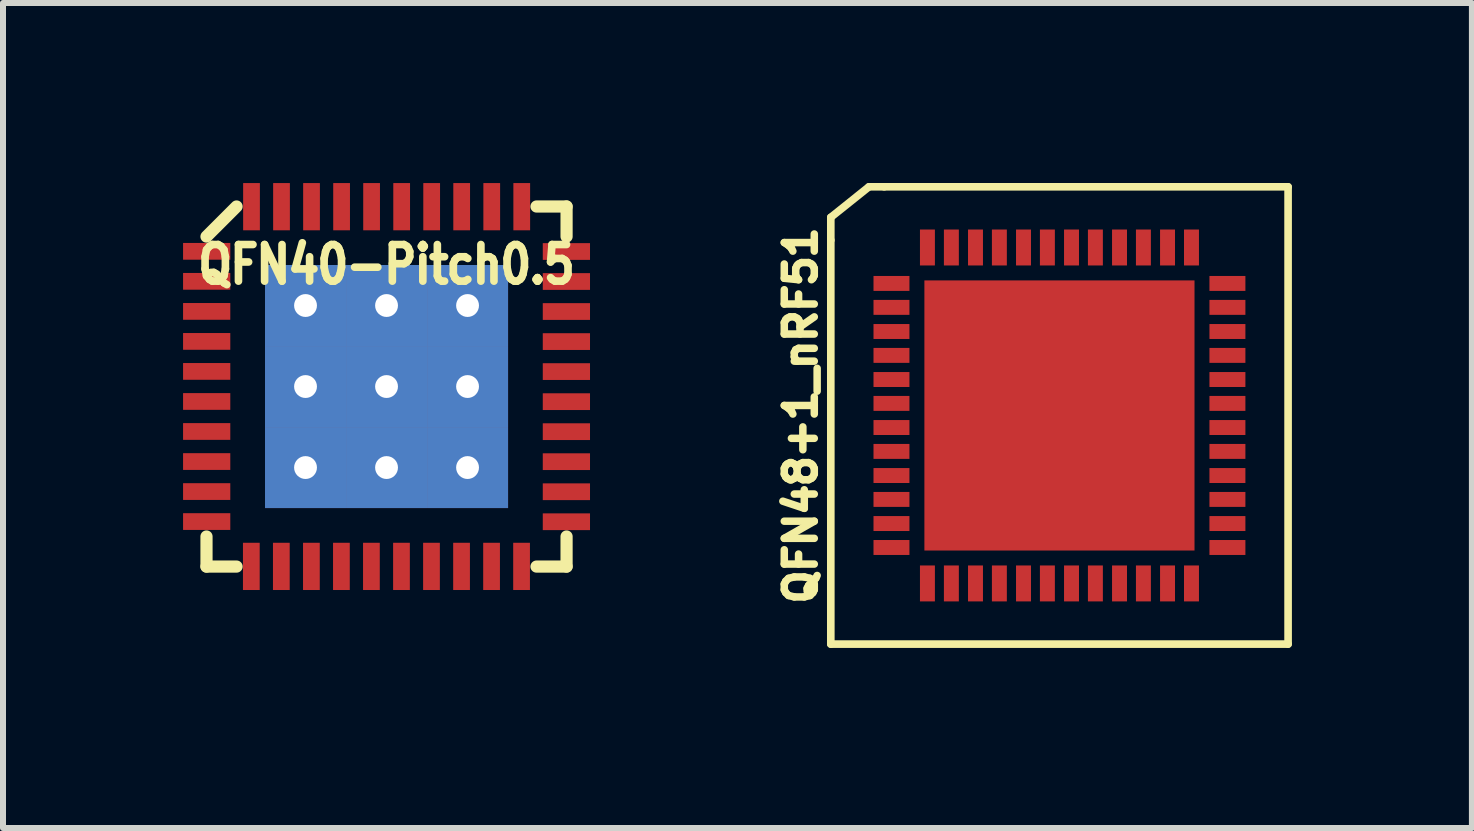
<source format=kicad_pcb>
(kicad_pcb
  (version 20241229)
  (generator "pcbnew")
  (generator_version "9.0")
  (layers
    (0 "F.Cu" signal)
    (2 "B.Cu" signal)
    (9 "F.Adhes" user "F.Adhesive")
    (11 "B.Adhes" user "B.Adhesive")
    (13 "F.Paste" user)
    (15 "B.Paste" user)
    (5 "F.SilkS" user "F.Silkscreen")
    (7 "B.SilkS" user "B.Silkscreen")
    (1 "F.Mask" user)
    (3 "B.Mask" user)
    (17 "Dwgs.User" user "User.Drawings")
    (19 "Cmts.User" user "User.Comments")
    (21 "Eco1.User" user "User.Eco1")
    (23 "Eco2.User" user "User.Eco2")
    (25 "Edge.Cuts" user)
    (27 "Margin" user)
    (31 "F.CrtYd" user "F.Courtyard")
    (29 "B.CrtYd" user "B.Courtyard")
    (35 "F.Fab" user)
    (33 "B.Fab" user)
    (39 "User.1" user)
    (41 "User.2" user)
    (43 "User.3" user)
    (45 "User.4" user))
  (footprint "QFN40-Pitch0.5"
    (layer "F.Cu")
    (at 3.391 3.391)
    (property "Reference" "QFN40-Pitch0.5" (at 0 -2.032 0) (layer "F.SilkS") (effects (font (size 0.61 0.508) (thickness 0.178))))
    (attr smd)
    (fp_line (start -3 -2.499) (end -2.499 -3) (stroke (width 0.203) (type solid)) (layer "F.SilkS"))
    (fp_line (start -3 3) (end -3 2.499) (stroke (width 0.203) (type solid)) (layer "F.SilkS"))
    (fp_line (start -2.499 3) (end -3 3) (stroke (width 0.203) (type solid)) (layer "F.SilkS"))
    (fp_line (start 2.499 3) (end 3 3) (stroke (width 0.203) (type solid)) (layer "F.SilkS"))
    (fp_line (start 3 -3) (end 2.499 -3) (stroke (width 0.203) (type solid)) (layer "F.SilkS"))
    (fp_line (start 3 -2.499) (end 3 -3) (stroke (width 0.203) (type solid)) (layer "F.SilkS"))
    (fp_line (start 3 3) (end 3 2.499) (stroke (width 0.203) (type solid)) (layer "F.SilkS"))
    (pad "1" smd rect (at -2.997 -2.253 90) (size 0.279 0.787) (layers "F.Cu" "F.Mask" "F.Paste"))
    (pad "2" smd rect (at -2.997 -1.753 90) (size 0.279 0.787) (layers "F.Cu" "F.Mask" "F.Paste"))
    (pad "3" smd rect (at -2.997 -1.252 90) (size 0.279 0.787) (layers "F.Cu" "F.Mask" "F.Paste"))
    (pad "4" smd rect (at -2.997 -0.752 90) (size 0.279 0.787) (layers "F.Cu" "F.Mask" "F.Paste"))
    (pad "5" smd rect (at -2.997 -0.252 90) (size 0.279 0.787) (layers "F.Cu" "F.Mask" "F.Paste"))
    (pad "6" smd rect (at -2.997 0.249 90) (size 0.279 0.787) (layers "F.Cu" "F.Mask" "F.Paste"))
    (pad "7" smd rect (at -2.997 0.749 90) (size 0.279 0.787) (layers "F.Cu" "F.Mask" "F.Paste"))
    (pad "8" smd rect (at -2.997 1.25 90) (size 0.279 0.787) (layers "F.Cu" "F.Mask" "F.Paste"))
    (pad "9" smd rect (at -2.997 1.75 90) (size 0.279 0.787) (layers "F.Cu" "F.Mask" "F.Paste"))
    (pad "10" smd rect (at -2.997 2.25 90) (size 0.279 0.787) (layers "F.Cu" "F.Mask" "F.Paste"))
    (pad "11" smd rect (at -2.253 2.997) (size 0.279 0.787) (layers "F.Cu" "F.Mask" "F.Paste"))
    (pad "12" smd rect (at -1.753 2.997) (size 0.279 0.787) (layers "F.Cu" "F.Mask" "F.Paste"))
    (pad "13" smd rect (at -1.252 2.997) (size 0.279 0.787) (layers "F.Cu" "F.Mask" "F.Paste"))
    (pad "14" smd rect (at -0.752 2.997) (size 0.279 0.787) (layers "F.Cu" "F.Mask" "F.Paste"))
    (pad "15" smd rect (at -0.252 2.997) (size 0.279 0.787) (layers "F.Cu" "F.Mask" "F.Paste"))
    (pad "16" smd rect (at 0.249 2.997) (size 0.279 0.787) (layers "F.Cu" "F.Mask" "F.Paste"))
    (pad "17" smd rect (at 0.749 2.997) (size 0.279 0.787) (layers "F.Cu" "F.Mask" "F.Paste"))
    (pad "18" smd rect (at 1.25 2.997) (size 0.279 0.787) (layers "F.Cu" "F.Mask" "F.Paste"))
    (pad "19" smd rect (at 1.75 2.997) (size 0.279 0.787) (layers "F.Cu" "F.Mask" "F.Paste"))
    (pad "20" smd rect (at 2.25 2.997) (size 0.279 0.787) (layers "F.Cu" "F.Mask" "F.Paste"))
    (pad "21" smd rect (at 2.997 2.253 270) (size 0.279 0.787) (layers "F.Cu" "F.Mask" "F.Paste"))
    (pad "22" smd rect (at 2.997 1.753 270) (size 0.279 0.787) (layers "F.Cu" "F.Mask" "F.Paste"))
    (pad "23" smd rect (at 2.997 1.252 270) (size 0.279 0.787) (layers "F.Cu" "F.Mask" "F.Paste"))
    (pad "24" smd rect (at 2.997 0.752 270) (size 0.279 0.787) (layers "F.Cu" "F.Mask" "F.Paste"))
    (pad "25" smd rect (at 2.997 0.252 270) (size 0.279 0.787) (layers "F.Cu" "F.Mask" "F.Paste"))
    (pad "26" smd rect (at 2.997 -0.249 270) (size 0.279 0.787) (layers "F.Cu" "F.Mask" "F.Paste"))
    (pad "27" smd rect (at 2.997 -0.749 270) (size 0.279 0.787) (layers "F.Cu" "F.Mask" "F.Paste"))
    (pad "28" smd rect (at 2.997 -1.25 270) (size 0.279 0.787) (layers "F.Cu" "F.Mask" "F.Paste"))
    (pad "29" smd rect (at 2.997 -1.75 270) (size 0.279 0.787) (layers "F.Cu" "F.Mask" "F.Paste"))
    (pad "30" smd rect (at 2.997 -2.25 270) (size 0.279 0.787) (layers "F.Cu" "F.Mask" "F.Paste"))
    (pad "31" smd rect (at 2.253 -2.997) (size 0.279 0.787) (layers "F.Cu" "F.Mask" "F.Paste"))
    (pad "32" smd rect (at 1.753 -2.997) (size 0.279 0.787) (layers "F.Cu" "F.Mask" "F.Paste"))
    (pad "33" smd rect (at 1.252 -2.997) (size 0.279 0.787) (layers "F.Cu" "F.Mask" "F.Paste"))
    (pad "34" smd rect (at 0.752 -2.997) (size 0.279 0.787) (layers "F.Cu" "F.Mask" "F.Paste"))
    (pad "35" smd rect (at 0.252 -2.997) (size 0.279 0.787) (layers "F.Cu" "F.Mask" "F.Paste"))
    (pad "36" smd rect (at -0.249 -2.997) (size 0.279 0.787) (layers "F.Cu" "F.Mask" "F.Paste"))
    (pad "37" smd rect (at -0.749 -2.997) (size 0.279 0.787) (layers "F.Cu" "F.Mask" "F.Paste"))
    (pad "38" smd rect (at -1.25 -2.997) (size 0.279 0.787) (layers "F.Cu" "F.Mask" "F.Paste"))
    (pad "39" smd rect (at -1.75 -2.997) (size 0.279 0.787) (layers "F.Cu" "F.Mask" "F.Paste"))
    (pad "40" smd rect (at -2.25 -2.997) (size 0.279 0.787) (layers "F.Cu" "F.Mask" "F.Paste"))
    (pad "41" thru_hole rect (at -1.35 -1.35) (size 1.35 1.35) (drill 0.381) (layers "*.Cu" "F.Mask" "F.Paste"))
    (pad "41" thru_hole rect (at -1.35 0) (size 1.35 1.35) (drill 0.381) (layers "*.Cu" "F.Mask" "F.Paste"))
    (pad "41" thru_hole rect (at -1.35 1.35) (size 1.35 1.35) (drill 0.381) (layers "*.Cu" "F.Mask" "F.Paste"))
    (pad "41" thru_hole rect (at 0 -1.35) (size 1.35 1.35) (drill 0.381) (layers "*.Cu" "F.Mask" "F.Paste"))
    (pad "41" thru_hole rect (at 0 0) (size 1.35 1.35) (drill 0.381) (layers "*.Cu" "F.Mask" "F.Paste"))
    (pad "41" thru_hole rect (at 0 1.35) (size 1.35 1.35) (drill 0.381) (layers "*.Cu" "F.Mask" "F.Paste"))
    (pad "41" thru_hole rect (at 1.35 -1.35) (size 1.35 1.35) (drill 0.381) (layers "*.Cu" "F.Mask" "F.Paste"))
    (pad "41" thru_hole rect (at 1.35 0) (size 1.35 1.35) (drill 0.381) (layers "*.Cu" "F.Mask" "F.Paste"))
    (pad "41" thru_hole rect (at 1.35 1.35) (size 1.35 1.35) (drill 0.381) (layers "*.Cu" "F.Mask" "F.Paste")))
  (footprint "QFN48+1_nRF51"
    (layer "F.Cu")
    (at 14.604 3.873)
    (property "Reference" "QFN48+1_nRF51" (at -4.31 0 90) (layer "F.SilkS") (effects (font (size 0.5 0.5) (thickness 0.125))))
    (attr smd)
    (fp_line (start -3.81 -3.302) (end -3.81 -2.921) (stroke (width 0.127) (type solid)) (layer "F.SilkS"))
    (fp_line (start -3.81 3.81) (end -3.81 -2.921) (stroke (width 0.127) (type solid)) (layer "F.SilkS"))
    (fp_line (start -3.175 -3.81) (end -3.81 -3.302) (stroke (width 0.127) (type solid)) (layer "F.SilkS"))
    (fp_line (start -2.921 -3.81) (end -3.175 -3.81) (stroke (width 0.127) (type solid)) (layer "F.SilkS"))
    (fp_line (start -2.921 -3.81) (end 3.81 -3.81) (stroke (width 0.127) (type solid)) (layer "F.SilkS"))
    (fp_line (start 3.81 -3.81) (end 3.81 3.81) (stroke (width 0.127) (type solid)) (layer "F.SilkS"))
    (fp_line (start 3.81 3.81) (end -3.81 3.81) (stroke (width 0.127) (type solid)) (layer "F.SilkS"))
    (pad "1" smd rect (at -2.799 -2.2) (size 0.599 0.249) (layers "F.Cu" "F.Mask" "F.Paste"))
    (pad "2" smd rect (at -2.799 -1.801) (size 0.599 0.249) (layers "F.Cu" "F.Mask" "F.Paste"))
    (pad "3" smd rect (at -2.799 -1.399) (size 0.599 0.249) (layers "F.Cu" "F.Mask" "F.Paste"))
    (pad "4" smd rect (at -2.799 -1.001) (size 0.599 0.249) (layers "F.Cu" "F.Mask" "F.Paste"))
    (pad "5" smd rect (at -2.799 -0.599) (size 0.599 0.249) (layers "F.Cu" "F.Mask" "F.Paste"))
    (pad "6" smd rect (at -2.799 -0.201) (size 0.599 0.249) (layers "F.Cu" "F.Mask" "F.Paste"))
    (pad "7" smd rect (at -2.799 0.201) (size 0.599 0.249) (layers "F.Cu" "F.Mask" "F.Paste"))
    (pad "8" smd rect (at -2.799 0.599) (size 0.599 0.249) (layers "F.Cu" "F.Mask" "F.Paste"))
    (pad "9" smd rect (at -2.799 1.001) (size 0.599 0.249) (layers "F.Cu" "F.Mask" "F.Paste"))
    (pad "10" smd rect (at -2.799 1.399) (size 0.599 0.249) (layers "F.Cu" "F.Mask" "F.Paste"))
    (pad "11" smd rect (at -2.799 1.801) (size 0.599 0.249) (layers "F.Cu" "F.Mask" "F.Paste"))
    (pad "12" smd rect (at -2.799 2.2) (size 0.599 0.249) (layers "F.Cu" "F.Mask" "F.Paste"))
    (pad "13" smd rect (at -2.2 2.799 90) (size 0.599 0.249) (layers "F.Cu" "F.Mask" "F.Paste"))
    (pad "14" smd rect (at -1.801 2.799 90) (size 0.599 0.249) (layers "F.Cu" "F.Mask" "F.Paste"))
    (pad "15" smd rect (at -1.399 2.799 90) (size 0.599 0.249) (layers "F.Cu" "F.Mask" "F.Paste"))
    (pad "16" smd rect (at -1.001 2.799 90) (size 0.599 0.249) (layers "F.Cu" "F.Mask" "F.Paste"))
    (pad "17" smd rect (at -0.599 2.799 90) (size 0.599 0.249) (layers "F.Cu" "F.Mask" "F.Paste"))
    (pad "18" smd rect (at -0.201 2.799 90) (size 0.599 0.249) (layers "F.Cu" "F.Mask" "F.Paste"))
    (pad "19" smd rect (at 0.201 2.799 90) (size 0.599 0.249) (layers "F.Cu" "F.Mask" "F.Paste"))
    (pad "20" smd rect (at 0.599 2.799 90) (size 0.599 0.249) (layers "F.Cu" "F.Mask" "F.Paste"))
    (pad "21" smd rect (at 1.001 2.799 90) (size 0.599 0.249) (layers "F.Cu" "F.Mask" "F.Paste"))
    (pad "22" smd rect (at 1.399 2.799 90) (size 0.599 0.249) (layers "F.Cu" "F.Mask" "F.Paste"))
    (pad "23" smd rect (at 1.801 2.799 90) (size 0.599 0.249) (layers "F.Cu" "F.Mask" "F.Paste"))
    (pad "24" smd rect (at 2.2 2.799 90) (size 0.599 0.249) (layers "F.Cu" "F.Mask" "F.Paste"))
    (pad "25" smd rect (at 2.799 2.2) (size 0.599 0.249) (layers "F.Cu" "F.Mask" "F.Paste"))
    (pad "26" smd rect (at 2.799 1.801) (size 0.599 0.249) (layers "F.Cu" "F.Mask" "F.Paste"))
    (pad "27" smd rect (at 2.799 1.399) (size 0.599 0.249) (layers "F.Cu" "F.Mask" "F.Paste"))
    (pad "28" smd rect (at 2.799 1.001) (size 0.599 0.249) (layers "F.Cu" "F.Mask" "F.Paste"))
    (pad "29" smd rect (at 2.799 0.599) (size 0.599 0.249) (layers "F.Cu" "F.Mask" "F.Paste"))
    (pad "30" smd rect (at 2.799 0.201) (size 0.599 0.249) (layers "F.Cu" "F.Mask" "F.Paste"))
    (pad "31" smd rect (at 2.799 -0.201) (size 0.599 0.249) (layers "F.Cu" "F.Mask" "F.Paste"))
    (pad "32" smd rect (at 2.799 -0.599) (size 0.599 0.249) (layers "F.Cu" "F.Mask" "F.Paste"))
    (pad "33" smd rect (at 2.799 -1.001) (size 0.599 0.249) (layers "F.Cu" "F.Mask" "F.Paste"))
    (pad "34" smd rect (at 2.799 -1.399) (size 0.599 0.249) (layers "F.Cu" "F.Mask" "F.Paste"))
    (pad "35" smd rect (at 2.799 -1.801) (size 0.599 0.249) (layers "F.Cu" "F.Mask" "F.Paste"))
    (pad "36" smd rect (at 2.799 -2.2) (size 0.599 0.249) (layers "F.Cu" "F.Mask" "F.Paste"))
    (pad "37" smd rect (at 2.2 -2.799 90) (size 0.599 0.249) (layers "F.Cu" "F.Mask" "F.Paste"))
    (pad "38" smd rect (at 1.801 -2.799 90) (size 0.599 0.249) (layers "F.Cu" "F.Mask" "F.Paste"))
    (pad "39" smd rect (at 1.399 -2.799 90) (size 0.599 0.249) (layers "F.Cu" "F.Mask" "F.Paste"))
    (pad "40" smd rect (at 1.001 -2.799 90) (size 0.599 0.249) (layers "F.Cu" "F.Mask" "F.Paste"))
    (pad "41" smd rect (at 0.599 -2.799 90) (size 0.599 0.249) (layers "F.Cu" "F.Mask" "F.Paste"))
    (pad "42" smd rect (at 0.201 -2.799 90) (size 0.599 0.249) (layers "F.Cu" "F.Mask" "F.Paste"))
    (pad "43" smd rect (at -0.201 -2.799 90) (size 0.599 0.249) (layers "F.Cu" "F.Mask" "F.Paste"))
    (pad "44" smd rect (at -0.599 -2.799 90) (size 0.599 0.249) (layers "F.Cu" "F.Mask" "F.Paste"))
    (pad "45" smd rect (at -1.001 -2.799 90) (size 0.599 0.249) (layers "F.Cu" "F.Mask" "F.Paste"))
    (pad "46" smd rect (at -1.399 -2.799 90) (size 0.599 0.249) (layers "F.Cu" "F.Mask" "F.Paste"))
    (pad "47" smd rect (at -1.801 -2.799 90) (size 0.599 0.249) (layers "F.Cu" "F.Mask" "F.Paste"))
    (pad "48" smd rect (at -2.2 -2.799 90) (size 0.599 0.249) (layers "F.Cu" "F.Mask" "F.Paste"))
    (pad "49" smd rect (at 0 0) (size 4.501 4.501) (layers "F.Cu" "F.Mask" "F.Paste")))
  (gr_rect
    (start -3 -3)
    (end 21.477 10.747)
    (stroke (width 0.1) (type default))
    (fill no)
    (layer "Edge.Cuts")))
</source>
